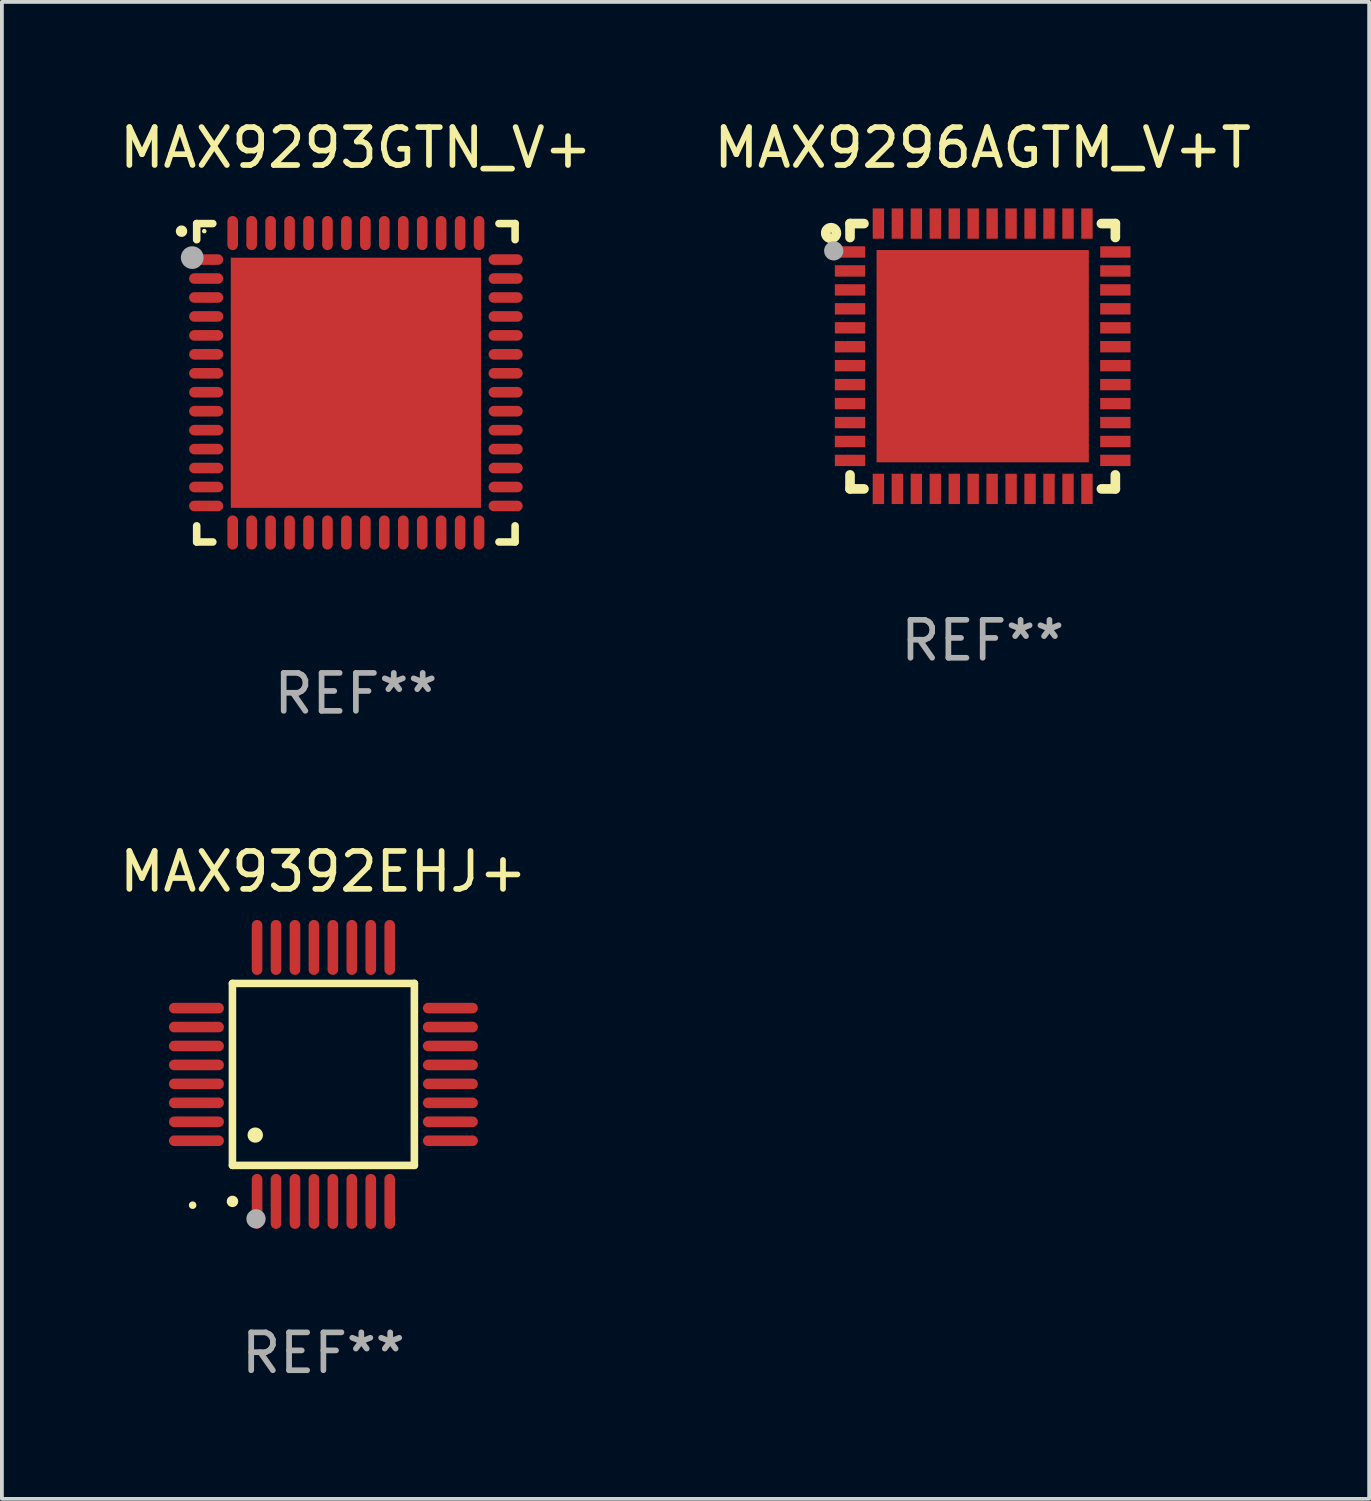
<source format=kicad_pcb>
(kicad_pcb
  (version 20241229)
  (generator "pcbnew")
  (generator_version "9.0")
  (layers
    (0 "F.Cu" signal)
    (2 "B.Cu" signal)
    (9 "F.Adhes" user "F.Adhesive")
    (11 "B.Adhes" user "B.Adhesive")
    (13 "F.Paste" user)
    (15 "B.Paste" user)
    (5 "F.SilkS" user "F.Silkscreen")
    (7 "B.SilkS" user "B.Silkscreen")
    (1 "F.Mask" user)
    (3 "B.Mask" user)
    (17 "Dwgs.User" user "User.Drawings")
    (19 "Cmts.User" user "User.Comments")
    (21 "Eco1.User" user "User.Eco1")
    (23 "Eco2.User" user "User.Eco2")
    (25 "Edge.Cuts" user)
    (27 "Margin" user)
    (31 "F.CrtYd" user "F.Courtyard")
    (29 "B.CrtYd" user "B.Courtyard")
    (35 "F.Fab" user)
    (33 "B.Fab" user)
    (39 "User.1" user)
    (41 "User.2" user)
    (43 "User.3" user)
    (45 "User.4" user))
  (footprint "MAX9296AGTM_V+T"
    (layer "F.Cu")
    (at 22.875 6.348)
    (property "Reference" "MAX9296AGTM_V+T" (at 0 -5.5 0) (layer "F.SilkS") (effects (font (size 1 1) (thickness 0.15))))
    (attr through_hole)
    (fp_line (start -3.5 -3.5) (end -3.132 -3.5) (stroke (width 0.254) (type solid)) (layer "F.SilkS"))
    (fp_line (start -3.5 -3.132) (end -3.5 -3.5) (stroke (width 0.254) (type solid)) (layer "F.SilkS"))
    (fp_line (start -3.5 3.5) (end -3.5 3.13) (stroke (width 0.254) (type solid)) (layer "F.SilkS"))
    (fp_line (start -3.132 3.5) (end -3.5 3.5) (stroke (width 0.254) (type solid)) (layer "F.SilkS"))
    (fp_line (start 3.132 -3.5) (end 3.5 -3.5) (stroke (width 0.254) (type solid)) (layer "F.SilkS"))
    (fp_line (start 3.5 -3.5) (end 3.5 -3.132) (stroke (width 0.254) (type solid)) (layer "F.SilkS"))
    (fp_line (start 3.5 3.13) (end 3.5 3.5) (stroke (width 0.254) (type solid)) (layer "F.SilkS"))
    (fp_line (start 3.5 3.5) (end 3.132 3.5) (stroke (width 0.254) (type solid)) (layer "F.SilkS"))
    (fp_circle (center -4 -3.25) (end -3.859 -3.25) (stroke (width 0.254) (type solid)) (fill no) (layer "F.SilkS"))
    (fp_circle (center -3.5 -3.501) (end -3.47 -3.501) (stroke (width 0.06) (type solid)) (fill no) (layer "F.SilkS"))
    (fp_circle (center -3.93 -2.78) (end -3.803 -2.78) (stroke (width 0.254) (type solid)) (fill no) (layer "F.Fab"))
    (fp_text user "REF**" (at 0 7.5 0) (layer "F.Fab") (effects (font (size 1 1) (thickness 0.15))))
    (pad "1" smd rect (at -3.5 -2.751 270) (size 0.3 0.8) (layers "F.Cu" "F.Mask" "F.Paste"))
    (pad "2" smd rect (at -3.5 -2.25 270) (size 0.3 0.8) (layers "F.Cu" "F.Mask" "F.Paste"))
    (pad "3" smd rect (at -3.5 -1.75 270) (size 0.3 0.8) (layers "F.Cu" "F.Mask" "F.Paste"))
    (pad "4" smd rect (at -3.5 -1.251 270) (size 0.3 0.8) (layers "F.Cu" "F.Mask" "F.Paste"))
    (pad "5" smd rect (at -3.5 -0.75 270) (size 0.3 0.8) (layers "F.Cu" "F.Mask" "F.Paste"))
    (pad "6" smd rect (at -3.5 -0.251 270) (size 0.3 0.8) (layers "F.Cu" "F.Mask" "F.Paste"))
    (pad "7" smd rect (at -3.5 0.249 270) (size 0.3 0.8) (layers "F.Cu" "F.Mask" "F.Paste"))
    (pad "8" smd rect (at -3.5 0.749 270) (size 0.3 0.8) (layers "F.Cu" "F.Mask" "F.Paste"))
    (pad "9" smd rect (at -3.5 1.25 270) (size 0.3 0.8) (layers "F.Cu" "F.Mask" "F.Paste"))
    (pad "10" smd rect (at -3.5 1.75 270) (size 0.3 0.8) (layers "F.Cu" "F.Mask" "F.Paste"))
    (pad "11" smd rect (at -3.5 2.249 270) (size 0.3 0.8) (layers "F.Cu" "F.Mask" "F.Paste"))
    (pad "12" smd rect (at -3.5 2.748 270) (size 0.3 0.8) (layers "F.Cu" "F.Mask" "F.Paste"))
    (pad "13" smd rect (at -2.751 3.5 180) (size 0.3 0.8) (layers "F.Cu" "F.Mask" "F.Paste"))
    (pad "14" smd rect (at -2.251 3.5 180) (size 0.3 0.8) (layers "F.Cu" "F.Mask" "F.Paste"))
    (pad "15" smd rect (at -1.75 3.5 180) (size 0.3 0.8) (layers "F.Cu" "F.Mask" "F.Paste"))
    (pad "16" smd rect (at -1.25 3.5 180) (size 0.3 0.8) (layers "F.Cu" "F.Mask" "F.Paste"))
    (pad "17" smd rect (at -0.749 3.5 180) (size 0.3 0.8) (layers "F.Cu" "F.Mask" "F.Paste"))
    (pad "18" smd rect (at -0.25 3.5 180) (size 0.3 0.8) (layers "F.Cu" "F.Mask" "F.Paste"))
    (pad "19" smd rect (at 0.249 3.5 180) (size 0.3 0.8) (layers "F.Cu" "F.Mask" "F.Paste"))
    (pad "20" smd rect (at 0.749 3.5 180) (size 0.3 0.8) (layers "F.Cu" "F.Mask" "F.Paste"))
    (pad "21" smd rect (at 1.25 3.5 180) (size 0.3 0.8) (layers "F.Cu" "F.Mask" "F.Paste"))
    (pad "22" smd rect (at 1.75 3.5 180) (size 0.3 0.8) (layers "F.Cu" "F.Mask" "F.Paste"))
    (pad "23" smd rect (at 2.251 3.5 180) (size 0.3 0.8) (layers "F.Cu" "F.Mask" "F.Paste"))
    (pad "24" smd rect (at 2.751 3.5 180) (size 0.3 0.8) (layers "F.Cu" "F.Mask" "F.Paste"))
    (pad "25" smd rect (at 3.5 2.748 270) (size 0.3 0.8) (layers "F.Cu" "F.Mask" "F.Paste"))
    (pad "26" smd rect (at 3.5 2.249 270) (size 0.3 0.8) (layers "F.Cu" "F.Mask" "F.Paste"))
    (pad "27" smd rect (at 3.5 1.75 270) (size 0.3 0.8) (layers "F.Cu" "F.Mask" "F.Paste"))
    (pad "28" smd rect (at 3.5 1.25 270) (size 0.3 0.8) (layers "F.Cu" "F.Mask" "F.Paste"))
    (pad "29" smd rect (at 3.5 0.749 270) (size 0.3 0.8) (layers "F.Cu" "F.Mask" "F.Paste"))
    (pad "30" smd rect (at 3.5 0.249 270) (size 0.3 0.8) (layers "F.Cu" "F.Mask" "F.Paste"))
    (pad "31" smd rect (at 3.5 -0.251 270) (size 0.3 0.8) (layers "F.Cu" "F.Mask" "F.Paste"))
    (pad "32" smd rect (at 3.5 -0.75 270) (size 0.3 0.8) (layers "F.Cu" "F.Mask" "F.Paste"))
    (pad "33" smd rect (at 3.5 -1.251 270) (size 0.3 0.8) (layers "F.Cu" "F.Mask" "F.Paste"))
    (pad "34" smd rect (at 3.5 -1.75 270) (size 0.3 0.8) (layers "F.Cu" "F.Mask" "F.Paste"))
    (pad "35" smd rect (at 3.5 -2.25 270) (size 0.3 0.8) (layers "F.Cu" "F.Mask" "F.Paste"))
    (pad "36" smd rect (at 3.5 -2.751 270) (size 0.3 0.8) (layers "F.Cu" "F.Mask" "F.Paste"))
    (pad "37" smd rect (at 2.751 -3.5 180) (size 0.3 0.8) (layers "F.Cu" "F.Mask" "F.Paste"))
    (pad "38" smd rect (at 2.251 -3.5 180) (size 0.3 0.8) (layers "F.Cu" "F.Mask" "F.Paste"))
    (pad "39" smd rect (at 1.75 -3.5 180) (size 0.3 0.8) (layers "F.Cu" "F.Mask" "F.Paste"))
    (pad "40" smd rect (at 1.25 -3.5 180) (size 0.3 0.8) (layers "F.Cu" "F.Mask" "F.Paste"))
    (pad "41" smd rect (at 0.749 -3.5 180) (size 0.3 0.8) (layers "F.Cu" "F.Mask" "F.Paste"))
    (pad "42" smd rect (at 0.25 -3.5 180) (size 0.3 0.8) (layers "F.Cu" "F.Mask" "F.Paste"))
    (pad "43" smd rect (at -0.25 -3.5 180) (size 0.3 0.8) (layers "F.Cu" "F.Mask" "F.Paste"))
    (pad "44" smd rect (at -0.749 -3.5 180) (size 0.3 0.8) (layers "F.Cu" "F.Mask" "F.Paste"))
    (pad "45" smd rect (at -1.25 -3.5 180) (size 0.3 0.8) (layers "F.Cu" "F.Mask" "F.Paste"))
    (pad "46" smd rect (at -1.75 -3.5 180) (size 0.3 0.8) (layers "F.Cu" "F.Mask" "F.Paste"))
    (pad "47" smd rect (at -2.251 -3.5 180) (size 0.3 0.8) (layers "F.Cu" "F.Mask" "F.Paste"))
    (pad "48" smd rect (at -2.751 -3.5 180) (size 0.3 0.8) (layers "F.Cu" "F.Mask" "F.Paste"))
    (pad "49" smd rect (at 0.000127 -0.001 180) (size 5.6 5.6) (layers "F.Cu" "F.Mask" "F.Paste")))
  (footprint "MAX9392EHJ+"
    (layer "F.Cu")
    (at 5.482 25.295)
    (property "Reference" "MAX9392EHJ+" (at 0 -5.35 0) (layer "F.SilkS") (effects (font (size 1 1) (thickness 0.15))))
    (attr through_hole)
    (fp_line (start -2.4 -2.4) (end -2.4 2.4) (stroke (width 0.2) (type solid)) (layer "F.SilkS"))
    (fp_line (start -2.4 2.4) (end 2.4 2.4) (stroke (width 0.2) (type solid)) (layer "F.SilkS"))
    (fp_line (start 2.4 -2.4) (end -2.4 -2.4) (stroke (width 0.2) (type solid)) (layer "F.SilkS"))
    (fp_line (start 2.4 2.4) (end 2.4 -2.4) (stroke (width 0.2) (type solid)) (layer "F.SilkS"))
    (fp_arc (start -2.400305 3.350267) (mid -2.399035 3.350262) (end -2.397765 3.350267) (stroke (width 0.3) (type solid)) (layer "F.SilkS"))
    (fp_arc (start -1.800864 1.600203) (mid -1.798324 1.600187) (end -1.795784 1.600203) (stroke (width 0.4) (type solid)) (layer "F.SilkS"))
    (fp_circle (center -3.45 3.45) (end -3.4 3.45) (stroke (width 0.1) (type solid)) (fill no) (layer "F.SilkS"))
    (fp_circle (center -1.778 3.81) (end -1.651 3.81) (stroke (width 0.254) (type solid)) (fill no) (layer "F.Fab"))
    (fp_text user "REF**" (at 0 7.35 0) (layer "F.Fab") (effects (font (size 1 1) (thickness 0.15))))
    (pad "1" smd oval (at -1.75 3.35) (size 0.28 1.45) (layers "F.Cu" "F.Mask" "F.Paste"))
    (pad "2" smd oval (at -1.25 3.35) (size 0.28 1.45) (layers "F.Cu" "F.Mask" "F.Paste"))
    (pad "3" smd oval (at -0.75 3.35) (size 0.28 1.45) (layers "F.Cu" "F.Mask" "F.Paste"))
    (pad "4" smd oval (at -0.25 3.35) (size 0.28 1.45) (layers "F.Cu" "F.Mask" "F.Paste"))
    (pad "5" smd oval (at 0.25 3.35) (size 0.28 1.45) (layers "F.Cu" "F.Mask" "F.Paste"))
    (pad "6" smd oval (at 0.75 3.35) (size 0.28 1.45) (layers "F.Cu" "F.Mask" "F.Paste"))
    (pad "7" smd oval (at 1.25 3.35) (size 0.28 1.45) (layers "F.Cu" "F.Mask" "F.Paste"))
    (pad "8" smd oval (at 1.75 3.35) (size 0.28 1.45) (layers "F.Cu" "F.Mask" "F.Paste"))
    (pad "9" smd oval (at 3.35 1.75) (size 1.45 0.28) (layers "F.Cu" "F.Mask" "F.Paste"))
    (pad "10" smd oval (at 3.35 1.25) (size 1.45 0.28) (layers "F.Cu" "F.Mask" "F.Paste"))
    (pad "11" smd oval (at 3.35 0.75) (size 1.45 0.28) (layers "F.Cu" "F.Mask" "F.Paste"))
    (pad "12" smd oval (at 3.35 0.25) (size 1.45 0.28) (layers "F.Cu" "F.Mask" "F.Paste"))
    (pad "13" smd oval (at 3.35 -0.25) (size 1.45 0.28) (layers "F.Cu" "F.Mask" "F.Paste"))
    (pad "14" smd oval (at 3.35 -0.75) (size 1.45 0.28) (layers "F.Cu" "F.Mask" "F.Paste"))
    (pad "15" smd oval (at 3.35 -1.25) (size 1.45 0.28) (layers "F.Cu" "F.Mask" "F.Paste"))
    (pad "16" smd oval (at 3.35 -1.75) (size 1.45 0.28) (layers "F.Cu" "F.Mask" "F.Paste"))
    (pad "17" smd oval (at 1.75 -3.35) (size 0.28 1.45) (layers "F.Cu" "F.Mask" "F.Paste"))
    (pad "18" smd oval (at 1.25 -3.35) (size 0.28 1.45) (layers "F.Cu" "F.Mask" "F.Paste"))
    (pad "19" smd oval (at 0.75 -3.35) (size 0.28 1.45) (layers "F.Cu" "F.Mask" "F.Paste"))
    (pad "20" smd oval (at 0.25 -3.35) (size 0.28 1.45) (layers "F.Cu" "F.Mask" "F.Paste"))
    (pad "21" smd oval (at -0.25 -3.35) (size 0.28 1.45) (layers "F.Cu" "F.Mask" "F.Paste"))
    (pad "22" smd oval (at -0.75 -3.35) (size 0.28 1.45) (layers "F.Cu" "F.Mask" "F.Paste"))
    (pad "23" smd oval (at -1.25 -3.35) (size 0.28 1.45) (layers "F.Cu" "F.Mask" "F.Paste"))
    (pad "24" smd oval (at -1.75 -3.35) (size 0.28 1.45) (layers "F.Cu" "F.Mask" "F.Paste"))
    (pad "25" smd oval (at -3.35 -1.75) (size 1.45 0.28) (layers "F.Cu" "F.Mask" "F.Paste"))
    (pad "26" smd oval (at -3.35 -1.25) (size 1.45 0.28) (layers "F.Cu" "F.Mask" "F.Paste"))
    (pad "27" smd oval (at -3.35 -0.75) (size 1.45 0.28) (layers "F.Cu" "F.Mask" "F.Paste"))
    (pad "28" smd oval (at -3.35 -0.25) (size 1.45 0.28) (layers "F.Cu" "F.Mask" "F.Paste"))
    (pad "29" smd oval (at -3.35 0.25) (size 1.45 0.28) (layers "F.Cu" "F.Mask" "F.Paste"))
    (pad "30" smd oval (at -3.35 0.75) (size 1.45 0.28) (layers "F.Cu" "F.Mask" "F.Paste"))
    (pad "31" smd oval (at -3.35 1.25) (size 1.45 0.28) (layers "F.Cu" "F.Mask" "F.Paste"))
    (pad "32" smd oval (at -3.35 1.75) (size 1.45 0.28) (layers "F.Cu" "F.Mask" "F.Paste")))
  (footprint "MAX9293GTN_V+"
    (layer "F.Cu")
    (at 6.339 7.048)
    (property "Reference" "MAX9293GTN_V+" (at 0 -6.2 0) (layer "F.SilkS") (effects (font (size 1 1) (thickness 0.15))))
    (attr through_hole)
    (fp_line (start -4.2 -4.2) (end -3.775 -4.2) (stroke (width 0.2) (type solid)) (layer "F.SilkS"))
    (fp_line (start -4.2 -3.775) (end -4.2 -4.2) (stroke (width 0.2) (type solid)) (layer "F.SilkS"))
    (fp_line (start -4.2 3.775) (end -4.2 4.2) (stroke (width 0.2) (type solid)) (layer "F.SilkS"))
    (fp_line (start -4.2 4.2) (end -3.775 4.2) (stroke (width 0.2) (type solid)) (layer "F.SilkS"))
    (fp_line (start 3.775 4.2) (end 4.2 4.2) (stroke (width 0.2) (type solid)) (layer "F.SilkS"))
    (fp_line (start 4.2 -4.2) (end 3.775 -4.2) (stroke (width 0.2) (type solid)) (layer "F.SilkS"))
    (fp_line (start 4.2 -3.775) (end 4.2 -4.2) (stroke (width 0.2) (type solid)) (layer "F.SilkS"))
    (fp_line (start 4.2 4.2) (end 4.2 3.775) (stroke (width 0.2) (type solid)) (layer "F.SilkS"))
    (fp_arc (start -4.599949 -3.997968) (mid -4.599954 -3.999238) (end -4.599949 -4.000508) (stroke (width 0.3) (type solid)) (layer "F.SilkS"))
    (fp_circle (center -4 -4) (end -3.97 -4) (stroke (width 0.06) (type solid)) (fill no) (layer "F.SilkS"))
    (fp_circle (center -4.318 -3.302) (end -4.168 -3.302) (stroke (width 0.3) (type solid)) (fill no) (layer "F.Fab"))
    (fp_text user "REF**" (at 0 8.2 0) (layer "F.Fab") (effects (font (size 1 1) (thickness 0.15))))
    (pad "1" smd oval (at -3.95 -3.25 90) (size 0.28 0.9) (layers "F.Cu" "F.Mask" "F.Paste"))
    (pad "2" smd oval (at -3.95 -2.75 90) (size 0.28 0.9) (layers "F.Cu" "F.Mask" "F.Paste"))
    (pad "3" smd oval (at -3.95 -2.25 90) (size 0.28 0.9) (layers "F.Cu" "F.Mask" "F.Paste"))
    (pad "4" smd oval (at -3.95 -1.75 90) (size 0.28 0.9) (layers "F.Cu" "F.Mask" "F.Paste"))
    (pad "5" smd oval (at -3.95 -1.25 90) (size 0.28 0.9) (layers "F.Cu" "F.Mask" "F.Paste"))
    (pad "6" smd oval (at -3.95 -0.75 90) (size 0.28 0.9) (layers "F.Cu" "F.Mask" "F.Paste"))
    (pad "7" smd oval (at -3.95 -0.25 90) (size 0.28 0.9) (layers "F.Cu" "F.Mask" "F.Paste"))
    (pad "8" smd oval (at -3.95 0.25 90) (size 0.28 0.9) (layers "F.Cu" "F.Mask" "F.Paste"))
    (pad "9" smd oval (at -3.95 0.75 90) (size 0.28 0.9) (layers "F.Cu" "F.Mask" "F.Paste"))
    (pad "10" smd oval (at -3.95 1.25 90) (size 0.28 0.9) (layers "F.Cu" "F.Mask" "F.Paste"))
    (pad "11" smd oval (at -3.95 1.75 90) (size 0.28 0.9) (layers "F.Cu" "F.Mask" "F.Paste"))
    (pad "12" smd oval (at -3.95 2.25 90) (size 0.28 0.9) (layers "F.Cu" "F.Mask" "F.Paste"))
    (pad "13" smd oval (at -3.95 2.75 90) (size 0.28 0.9) (layers "F.Cu" "F.Mask" "F.Paste"))
    (pad "14" smd oval (at -3.95 3.25 90) (size 0.28 0.9) (layers "F.Cu" "F.Mask" "F.Paste"))
    (pad "15" smd oval (at -3.25 3.95) (size 0.28 0.9) (layers "F.Cu" "F.Mask" "F.Paste"))
    (pad "16" smd oval (at -2.75 3.95) (size 0.28 0.9) (layers "F.Cu" "F.Mask" "F.Paste"))
    (pad "17" smd oval (at -2.25 3.95) (size 0.28 0.9) (layers "F.Cu" "F.Mask" "F.Paste"))
    (pad "18" smd oval (at -1.75 3.95) (size 0.28 0.9) (layers "F.Cu" "F.Mask" "F.Paste"))
    (pad "19" smd oval (at -1.25 3.95) (size 0.28 0.9) (layers "F.Cu" "F.Mask" "F.Paste"))
    (pad "20" smd oval (at -0.75 3.95) (size 0.28 0.9) (layers "F.Cu" "F.Mask" "F.Paste"))
    (pad "21" smd oval (at -0.25 3.95) (size 0.28 0.9) (layers "F.Cu" "F.Mask" "F.Paste"))
    (pad "22" smd oval (at 0.25 3.95) (size 0.28 0.9) (layers "F.Cu" "F.Mask" "F.Paste"))
    (pad "23" smd oval (at 0.75 3.95) (size 0.28 0.9) (layers "F.Cu" "F.Mask" "F.Paste"))
    (pad "24" smd oval (at 1.25 3.95) (size 0.28 0.9) (layers "F.Cu" "F.Mask" "F.Paste"))
    (pad "25" smd oval (at 1.75 3.95) (size 0.28 0.9) (layers "F.Cu" "F.Mask" "F.Paste"))
    (pad "26" smd oval (at 2.25 3.95) (size 0.28 0.9) (layers "F.Cu" "F.Mask" "F.Paste"))
    (pad "27" smd oval (at 2.75 3.95) (size 0.28 0.9) (layers "F.Cu" "F.Mask" "F.Paste"))
    (pad "28" smd oval (at 3.25 3.95) (size 0.28 0.9) (layers "F.Cu" "F.Mask" "F.Paste"))
    (pad "29" smd oval (at 3.95 3.25 90) (size 0.28 0.9) (layers "F.Cu" "F.Mask" "F.Paste"))
    (pad "30" smd oval (at 3.95 2.75 90) (size 0.28 0.9) (layers "F.Cu" "F.Mask" "F.Paste"))
    (pad "31" smd oval (at 3.95 2.25 90) (size 0.28 0.9) (layers "F.Cu" "F.Mask" "F.Paste"))
    (pad "32" smd oval (at 3.95 1.75 90) (size 0.28 0.9) (layers "F.Cu" "F.Mask" "F.Paste"))
    (pad "33" smd oval (at 3.95 1.25 90) (size 0.28 0.9) (layers "F.Cu" "F.Mask" "F.Paste"))
    (pad "34" smd oval (at 3.95 0.75 90) (size 0.28 0.9) (layers "F.Cu" "F.Mask" "F.Paste"))
    (pad "35" smd oval (at 3.95 0.25 90) (size 0.28 0.9) (layers "F.Cu" "F.Mask" "F.Paste"))
    (pad "36" smd oval (at 3.95 -0.25 90) (size 0.28 0.9) (layers "F.Cu" "F.Mask" "F.Paste"))
    (pad "37" smd oval (at 3.95 -0.75 90) (size 0.28 0.9) (layers "F.Cu" "F.Mask" "F.Paste"))
    (pad "38" smd oval (at 3.95 -1.25 90) (size 0.28 0.9) (layers "F.Cu" "F.Mask" "F.Paste"))
    (pad "39" smd oval (at 3.95 -1.75 90) (size 0.28 0.9) (layers "F.Cu" "F.Mask" "F.Paste"))
    (pad "40" smd oval (at 3.95 -2.25 90) (size 0.28 0.9) (layers "F.Cu" "F.Mask" "F.Paste"))
    (pad "41" smd oval (at 3.95 -2.75 90) (size 0.28 0.9) (layers "F.Cu" "F.Mask" "F.Paste"))
    (pad "42" smd oval (at 3.95 -3.25 90) (size 0.28 0.9) (layers "F.Cu" "F.Mask" "F.Paste"))
    (pad "43" smd oval (at 3.25 -3.95) (size 0.28 0.9) (layers "F.Cu" "F.Mask" "F.Paste"))
    (pad "44" smd oval (at 2.75 -3.95) (size 0.28 0.9) (layers "F.Cu" "F.Mask" "F.Paste"))
    (pad "45" smd oval (at 2.25 -3.95) (size 0.28 0.9) (layers "F.Cu" "F.Mask" "F.Paste"))
    (pad "46" smd oval (at 1.75 -3.95) (size 0.28 0.9) (layers "F.Cu" "F.Mask" "F.Paste"))
    (pad "47" smd oval (at 1.25 -3.95) (size 0.28 0.9) (layers "F.Cu" "F.Mask" "F.Paste"))
    (pad "48" smd oval (at 0.75 -3.95) (size 0.28 0.9) (layers "F.Cu" "F.Mask" "F.Paste"))
    (pad "49" smd oval (at 0.25 -3.95) (size 0.28 0.9) (layers "F.Cu" "F.Mask" "F.Paste"))
    (pad "50" smd oval (at -0.25 -3.95) (size 0.28 0.9) (layers "F.Cu" "F.Mask" "F.Paste"))
    (pad "51" smd oval (at -0.75 -3.95) (size 0.28 0.9) (layers "F.Cu" "F.Mask" "F.Paste"))
    (pad "52" smd oval (at -1.25 -3.95) (size 0.28 0.9) (layers "F.Cu" "F.Mask" "F.Paste"))
    (pad "53" smd oval (at -1.75 -3.95) (size 0.28 0.9) (layers "F.Cu" "F.Mask" "F.Paste"))
    (pad "54" smd oval (at -2.25 -3.95) (size 0.28 0.9) (layers "F.Cu" "F.Mask" "F.Paste"))
    (pad "55" smd oval (at -2.75 -3.95) (size 0.28 0.9) (layers "F.Cu" "F.Mask" "F.Paste"))
    (pad "56" smd oval (at -3.25 -3.95) (size 0.28 0.9) (layers "F.Cu" "F.Mask" "F.Paste"))
    (pad "57" smd rect (at 0 0.000051) (size 6.6 6.6) (layers "F.Cu" "F.Mask" "F.Paste")))
  (gr_rect
    (start -3 -3)
    (end 33.071 36.493)
    (stroke (width 0.1) (type default))
    (fill no)
    (layer "Edge.Cuts")))
</source>
